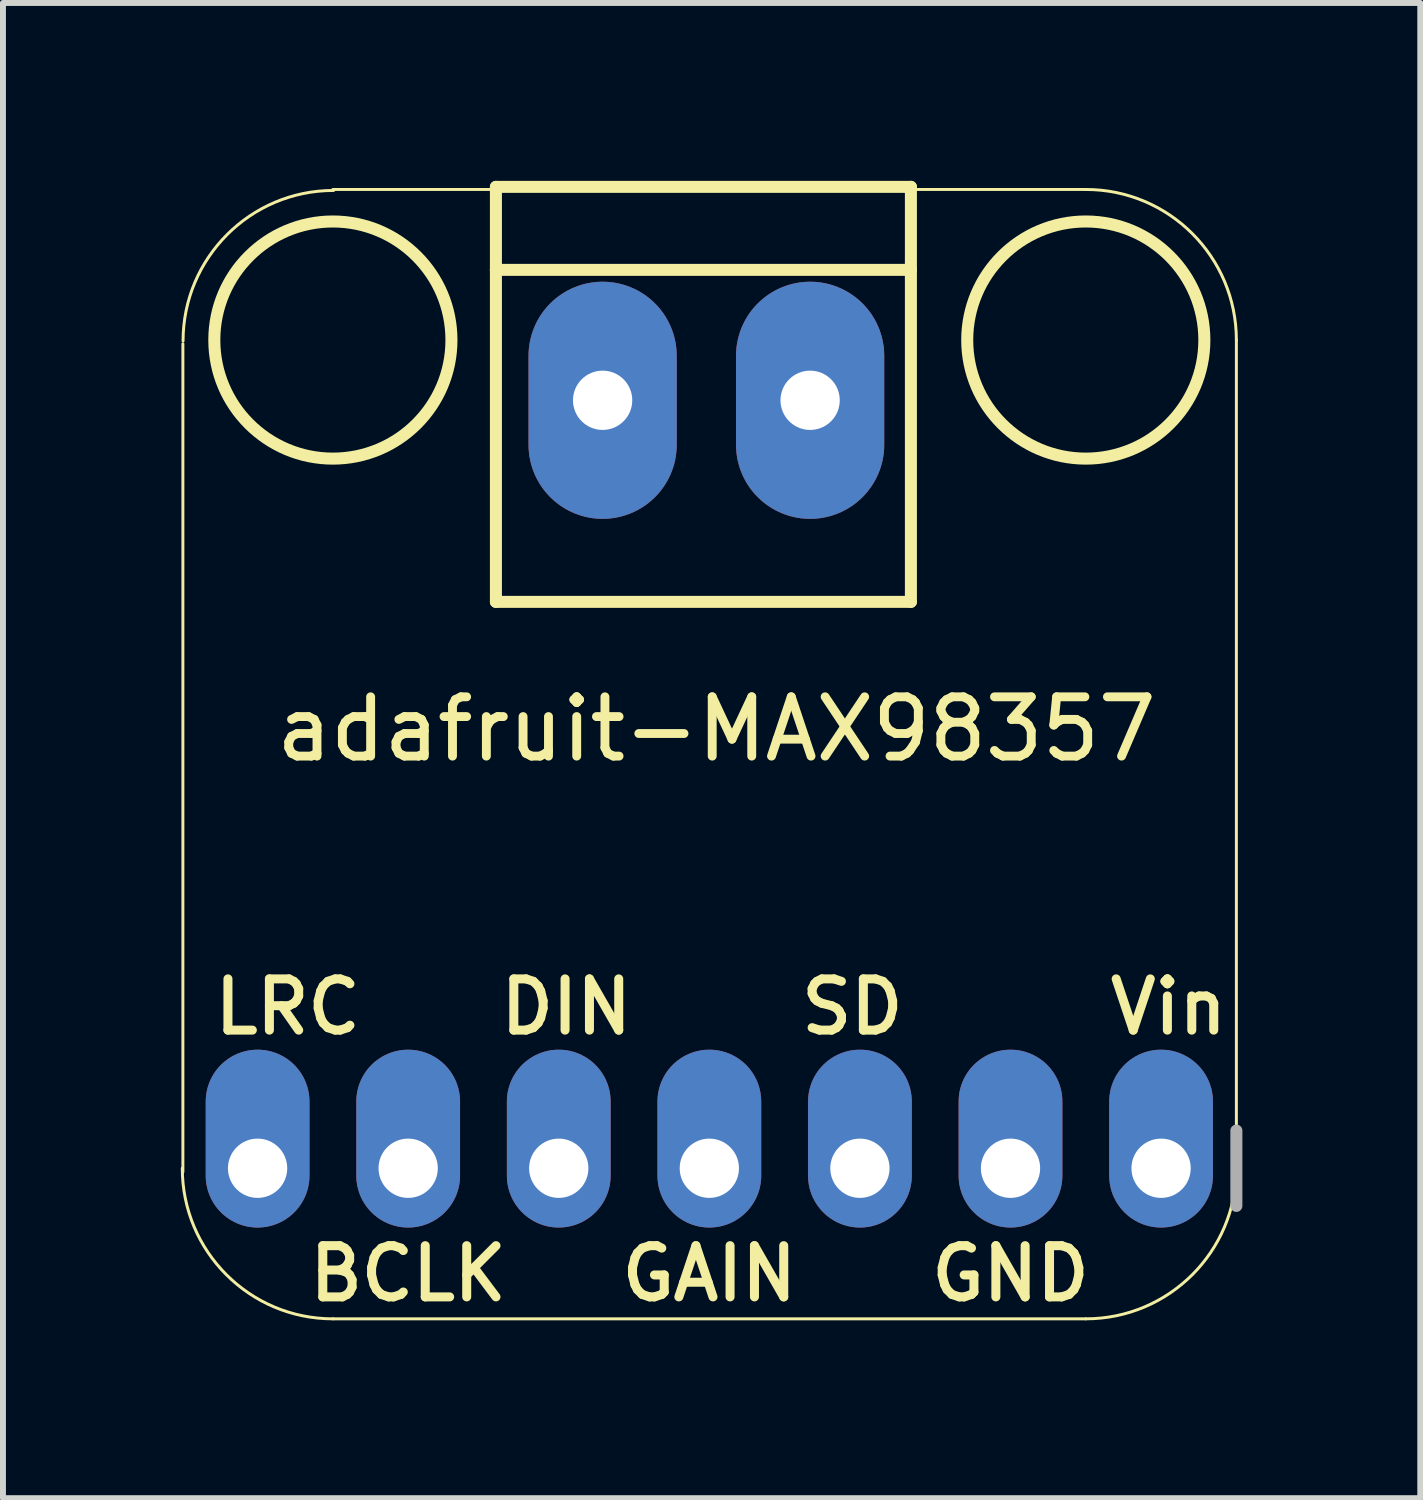
<source format=kicad_pcb>
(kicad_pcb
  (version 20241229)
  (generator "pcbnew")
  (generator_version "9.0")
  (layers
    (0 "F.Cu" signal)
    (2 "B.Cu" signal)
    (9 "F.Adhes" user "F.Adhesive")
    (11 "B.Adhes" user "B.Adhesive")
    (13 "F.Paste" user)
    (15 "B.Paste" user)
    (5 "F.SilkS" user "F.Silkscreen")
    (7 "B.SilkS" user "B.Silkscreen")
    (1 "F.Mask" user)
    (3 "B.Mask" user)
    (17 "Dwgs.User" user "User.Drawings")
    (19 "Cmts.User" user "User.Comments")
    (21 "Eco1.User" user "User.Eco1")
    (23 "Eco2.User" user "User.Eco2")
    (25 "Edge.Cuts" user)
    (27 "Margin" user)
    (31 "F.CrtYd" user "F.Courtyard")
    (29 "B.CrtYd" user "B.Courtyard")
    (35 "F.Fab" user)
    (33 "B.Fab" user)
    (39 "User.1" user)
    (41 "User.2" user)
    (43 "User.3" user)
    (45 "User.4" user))
  (footprint "adafruit-MAX98357"
    (layer "F.Cu")
    (at 9.035 9.749)
    (property "Reference" "adafruit-MAX98357" (at 0 -0.5 0) (unlocked yes) (layer "F.SilkS") (effects (font (size 1 1) (thickness 0.15))))
    (attr through_hole)
    (fp_line (start -9 -7) (end -9 6.97) (stroke (width 0.05) (type solid)) (layer "F.SilkS"))
    (fp_line (start -6.47 -9.603) (end 6.23 -9.603) (stroke (width 0.05) (type solid)) (layer "F.SilkS"))
    (fp_line (start -3.72 -9.647) (end -3.72 -8.247) (stroke (width 0.203) (type solid)) (layer "F.SilkS"))
    (fp_line (start -3.72 -8.247) (end -3.72 -2.647) (stroke (width 0.203) (type solid)) (layer "F.SilkS"))
    (fp_line (start -3.72 -2.647) (end 3.28 -2.647) (stroke (width 0.203) (type solid)) (layer "F.SilkS"))
    (fp_line (start 3.28 -9.647) (end -3.72 -9.647) (stroke (width 0.203) (type solid)) (layer "F.SilkS"))
    (fp_line (start 3.28 -8.247) (end -3.72 -8.247) (stroke (width 0.203) (type solid)) (layer "F.SilkS"))
    (fp_line (start 3.28 -8.247) (end 3.28 -9.647) (stroke (width 0.203) (type solid)) (layer "F.SilkS"))
    (fp_line (start 3.28 -2.647) (end 3.28 -8.247) (stroke (width 0.203) (type solid)) (layer "F.SilkS"))
    (fp_line (start 6.23 9.447) (end -6.47 9.447) (stroke (width 0.05) (type solid)) (layer "F.SilkS"))
    (fp_line (start 8.77 -7.063) (end 8.77 6.907) (stroke (width 0.05) (type solid)) (layer "F.SilkS"))
    (fp_arc (start -8.997238 -7.046548) (mid -8.253289 -8.842599) (end -6.457238 -9.586548) (stroke (width 0.05) (type solid)) (layer "F.SilkS"))
    (fp_arc (start -6.47 9.447) (mid -8.266051 8.703051) (end -9.01 6.907) (stroke (width 0.05) (type solid)) (layer "F.SilkS"))
    (fp_arc (start 6.23 -9.603) (mid 8.026051 -8.859051) (end 8.77 -7.063) (stroke (width 0.05) (type solid)) (layer "F.SilkS"))
    (fp_arc (start 8.77 6.907) (mid 8.026051 8.703051) (end 6.23 9.447) (stroke (width 0.05) (type solid)) (layer "F.SilkS"))
    (fp_circle (center -6.47 -7.063) (end -4.47 -7.063) (stroke (width 0.203) (type solid)) (fill no) (layer "F.SilkS"))
    (fp_circle (center 6.23 -7.063) (end 8.23 -7.063) (stroke (width 0.203) (type solid)) (fill no) (layer "F.SilkS"))
    (fp_line (start 8.77 7.542) (end 8.77 6.272) (stroke (width 0.203) (type solid)) (layer "F.Fab"))
    (fp_text user "SD" (at 2.293 4.185 180) (layer "F.SilkS") (effects (font (size 0.864 0.864) (thickness 0.152))))
    (fp_text user "Vin" (at 7.627 4.185 180) (layer "F.SilkS") (effects (font (size 0.864 0.864) (thickness 0.152))))
    (fp_text user "GND" (at 4.96 8.685 180) (layer "F.SilkS") (effects (font (size 0.864 0.864) (thickness 0.152))))
    (fp_text user "DIN" (at -2.533 4.185 180) (layer "F.SilkS") (effects (font (size 0.864 0.864) (thickness 0.152))))
    (fp_text user "BCLK" (at -5.2 8.685 180) (layer "F.SilkS") (effects (font (size 0.864 0.864) (thickness 0.152))))
    (fp_text user "GAIN" (at -0.12 8.685 180) (layer "F.SilkS") (effects (font (size 0.864 0.864) (thickness 0.152))))
    (fp_text user "LRC" (at -7.232 4.185 180) (layer "F.SilkS") (effects (font (size 0.864 0.864) (thickness 0.152))))
    (pad "1" thru_hole oval (at 7.5 6.907 270) (size 3 1.75) (drill 1 (offset -0.5 0)) (layers "*.Cu" "*.Mask"))
    (pad "2" thru_hole oval (at 4.96 6.907 270) (size 3 1.75) (drill 1 (offset -0.5 0)) (layers "*.Cu" "*.Mask"))
    (pad "3" thru_hole oval (at 2.42 6.907 270) (size 3 1.75) (drill 1 (offset -0.5 0)) (layers "*.Cu" "*.Mask"))
    (pad "4" thru_hole oval (at -0.12 6.907 270) (size 3 1.75) (drill 1 (offset -0.5 0)) (layers "*.Cu" "*.Mask"))
    (pad "5" thru_hole oval (at -2.66 6.907 270) (size 3 1.75) (drill 1 (offset -0.5 0)) (layers "*.Cu" "*.Mask"))
    (pad "6" thru_hole oval (at -5.2 6.907 270) (size 3 1.75) (drill 1 (offset -0.5 0)) (layers "*.Cu" "*.Mask"))
    (pad "7" thru_hole oval (at -7.74 6.907 270) (size 3 1.75) (drill 1 (offset -0.5 0)) (layers "*.Cu" "*.Mask"))
    (pad "8" thru_hole oval (at -1.92 -6.047 180) (size 2.5 4) (drill 1) (layers "*.Cu" "*.Mask"))
    (pad "9" thru_hole oval (at 1.58 -6.047 180) (size 2.5 4) (drill 1) (layers "*.Cu" "*.Mask")))
  (gr_rect
    (start -3 -3)
    (end 20.907 22.221)
    (stroke (width 0.1) (type default))
    (fill no)
    (layer "Edge.Cuts")))
</source>
